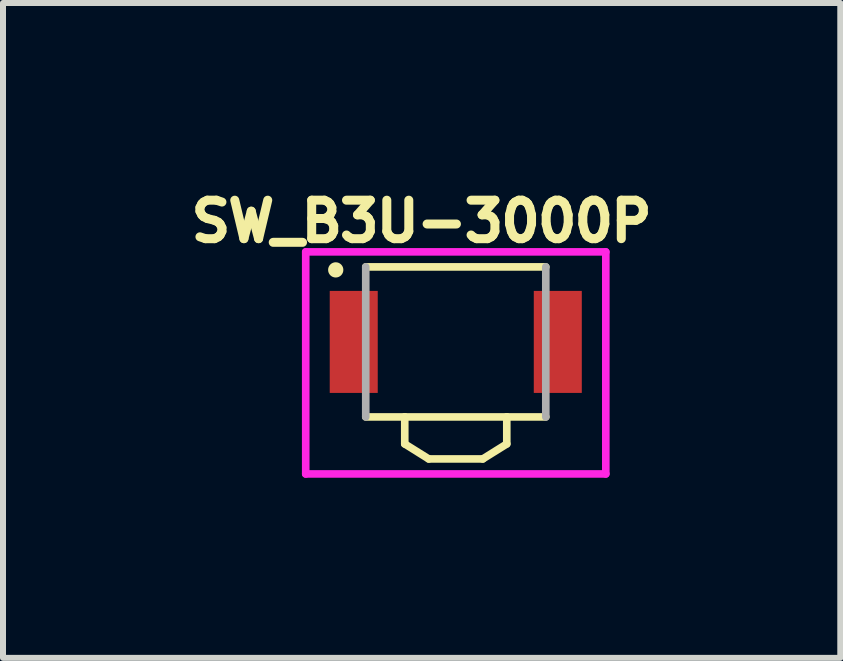
<source format=kicad_pcb>
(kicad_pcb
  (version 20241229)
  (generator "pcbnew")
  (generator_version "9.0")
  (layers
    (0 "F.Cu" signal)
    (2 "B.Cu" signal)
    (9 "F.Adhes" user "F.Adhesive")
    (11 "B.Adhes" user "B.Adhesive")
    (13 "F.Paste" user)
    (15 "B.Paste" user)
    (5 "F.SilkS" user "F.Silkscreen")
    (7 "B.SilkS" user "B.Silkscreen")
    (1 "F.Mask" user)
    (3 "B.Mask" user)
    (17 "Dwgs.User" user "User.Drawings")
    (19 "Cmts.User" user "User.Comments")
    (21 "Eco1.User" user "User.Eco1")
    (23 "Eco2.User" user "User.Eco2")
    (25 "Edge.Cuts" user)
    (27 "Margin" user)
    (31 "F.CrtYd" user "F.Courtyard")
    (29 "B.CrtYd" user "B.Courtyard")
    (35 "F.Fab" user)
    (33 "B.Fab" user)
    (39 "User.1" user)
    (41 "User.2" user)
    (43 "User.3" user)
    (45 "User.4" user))
  (footprint "SW_B3U-3000P"
    (layer "F.Cu")
    (at 4.544 2.647)
    (property "Reference" "SW_B3U-3000P" (at -0.569 -2.009 0) (layer "F.SilkS") (effects (font (size 0.641 0.641) (thickness 0.15))))
    (attr through_hole)
    (fp_line (start -1.5 1.25) (end -0.85 1.25) (stroke (width 0.127) (type solid)) (layer "F.SilkS"))
    (fp_line (start -0.85 1.25) (end -0.85 1.7) (stroke (width 0.127) (type solid)) (layer "F.SilkS"))
    (fp_line (start -0.85 1.25) (end 0.85 1.25) (stroke (width 0.127) (type solid)) (layer "F.SilkS"))
    (fp_line (start -0.45 1.95) (end -0.85 1.7) (stroke (width 0.127) (type solid)) (layer "F.SilkS"))
    (fp_line (start 0.45 1.95) (end -0.45 1.95) (stroke (width 0.127) (type solid)) (layer "F.SilkS"))
    (fp_line (start 0.45 1.95) (end 0.85 1.7) (stroke (width 0.127) (type solid)) (layer "F.SilkS"))
    (fp_line (start 0.85 1.25) (end 0.85 1.7) (stroke (width 0.127) (type solid)) (layer "F.SilkS"))
    (fp_line (start 0.85 1.25) (end 1.5 1.25) (stroke (width 0.127) (type solid)) (layer "F.SilkS"))
    (fp_line (start 1.5 -1.25) (end -1.5 -1.25) (stroke (width 0.127) (type solid)) (layer "F.SilkS"))
    (fp_circle (center -2 -1.2) (end -1.873 -1.2) (stroke (width 0) (type solid)) (fill yes) (layer "F.SilkS"))
    (fp_line (start -2.5 -1.5) (end 2.5 -1.5) (stroke (width 0.127) (type solid)) (layer "F.CrtYd"))
    (fp_line (start -2.5 2.2) (end -2.5 -1.5) (stroke (width 0.127) (type solid)) (layer "F.CrtYd"))
    (fp_line (start 2.5 -1.5) (end 2.5 2.2) (stroke (width 0.127) (type solid)) (layer "F.CrtYd"))
    (fp_line (start 2.5 2.2) (end -2.5 2.2) (stroke (width 0.127) (type solid)) (layer "F.CrtYd"))
    (fp_line (start -1.5 -1.25) (end -1.5 1.25) (stroke (width 0.127) (type solid)) (layer "F.Fab"))
    (fp_line (start 1.5 1.25) (end 1.5 -1.25) (stroke (width 0.127) (type solid)) (layer "F.Fab"))
    (pad "1" smd rect (at -1.7 0 180) (size 0.8 1.7) (layers "F.Cu" "F.Mask" "F.Paste"))
    (pad "2" smd rect (at 1.7 0 180) (size 0.8 1.7) (layers "F.Cu" "F.Mask" "F.Paste")))
  (gr_rect
    (start -3 -3)
    (end 10.951 7.911)
    (stroke (width 0.1) (type default))
    (fill no)
    (layer "Edge.Cuts")))
</source>
